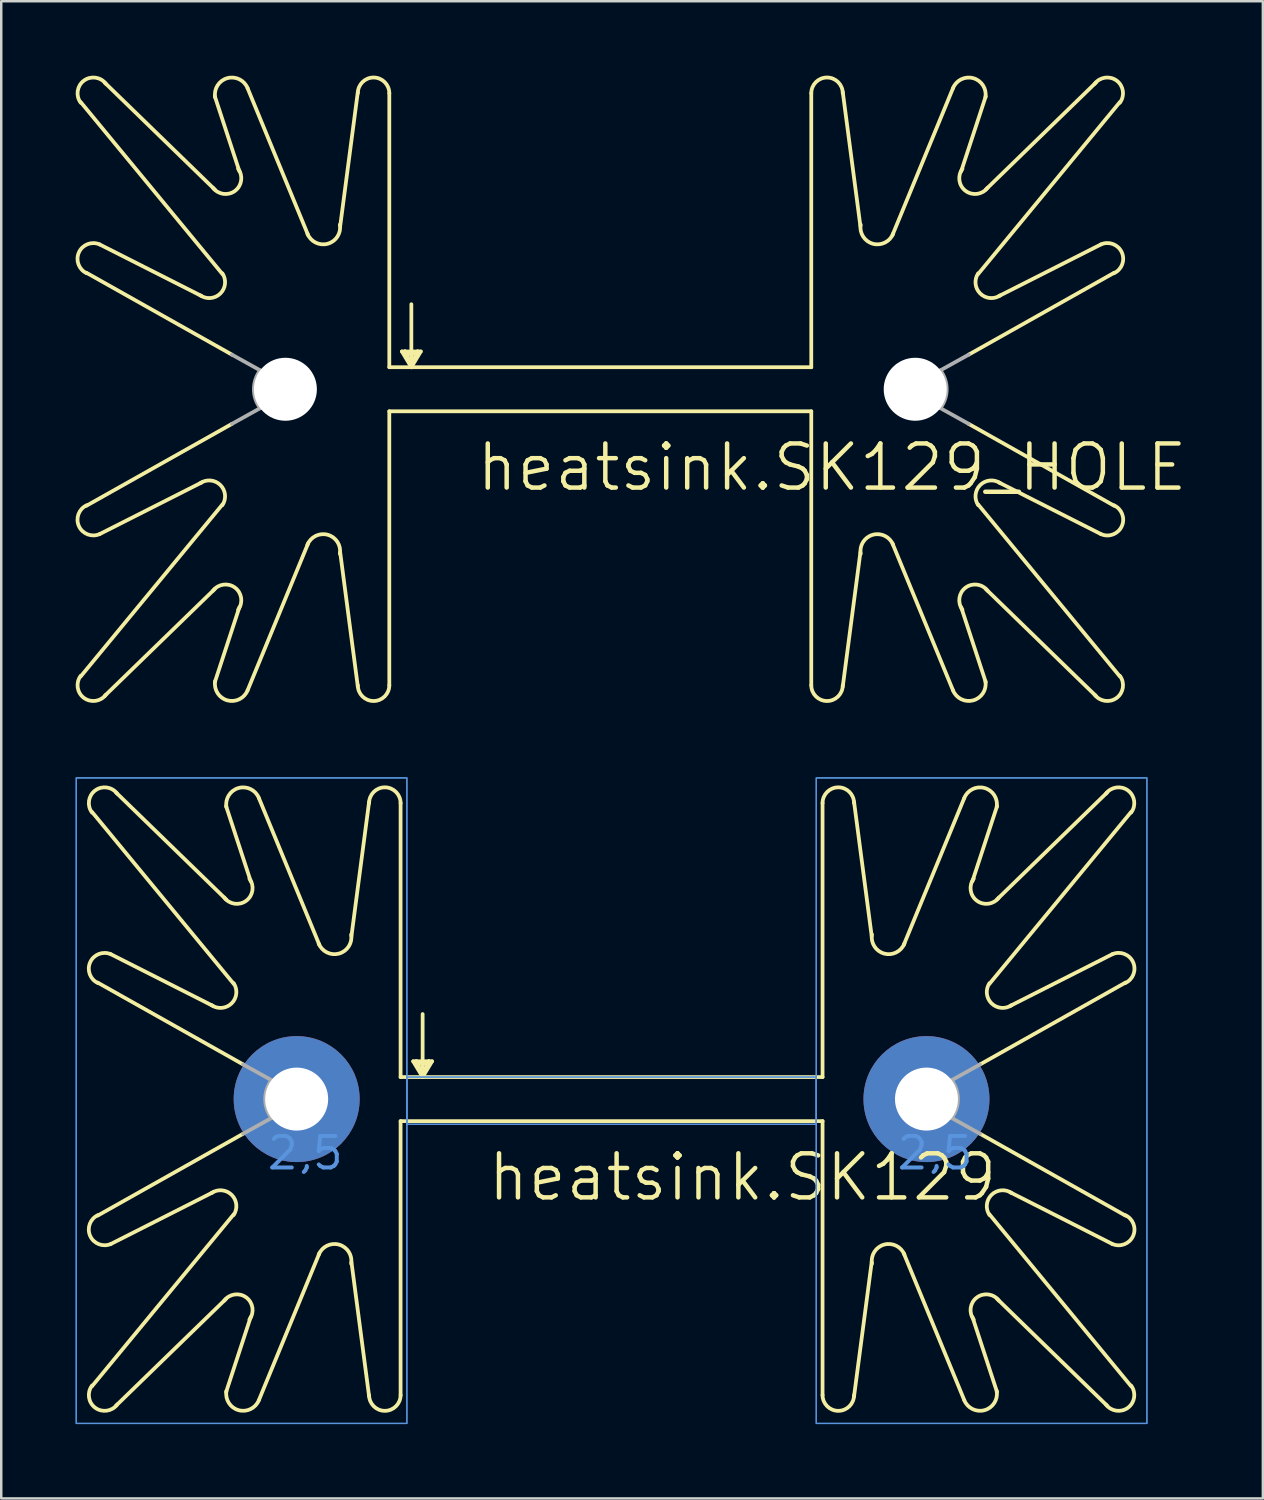
<source format=kicad_pcb>
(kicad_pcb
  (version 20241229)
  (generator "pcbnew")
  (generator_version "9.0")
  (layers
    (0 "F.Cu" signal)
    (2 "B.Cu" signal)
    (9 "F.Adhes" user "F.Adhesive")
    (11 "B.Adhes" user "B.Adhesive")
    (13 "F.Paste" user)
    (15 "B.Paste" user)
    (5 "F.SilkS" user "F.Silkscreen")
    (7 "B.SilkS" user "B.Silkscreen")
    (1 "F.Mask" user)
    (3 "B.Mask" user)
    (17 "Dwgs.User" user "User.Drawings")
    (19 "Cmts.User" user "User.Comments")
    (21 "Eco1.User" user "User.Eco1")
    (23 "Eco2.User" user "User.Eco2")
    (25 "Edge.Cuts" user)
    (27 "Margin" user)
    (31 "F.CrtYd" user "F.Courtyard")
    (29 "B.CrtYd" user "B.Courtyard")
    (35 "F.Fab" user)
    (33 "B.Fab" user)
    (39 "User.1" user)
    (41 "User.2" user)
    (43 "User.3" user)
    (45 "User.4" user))
  (footprint "heatsink.SK129_HOLE"
    (layer "F.Cu")
    (at 21.16 11.76)
    (property "Reference" "heatsink.SK129_HOLE" (at -5.08 5.08 0) (layer "F.SilkS") (effects (font (size 1.778 1.778) (thickness 0.18)) (justify left bottom)))
    (fp_line (start -16.078 -2.87) (end -20.193 -4.953) (stroke (width 0.152) (type default)) (layer "F.SilkS"))
    (fp_line (start -16.078 4.648) (end -20.193 6.731) (stroke (width 0.152) (type default)) (layer "F.SilkS"))
    (fp_line (start -15.545 -10.922) (end -14.554 -7.899) (stroke (width 0.152) (type default)) (layer "F.SilkS"))
    (fp_line (start -15.545 -7.163) (end -19.99 -11.481) (stroke (width 0.152) (type default)) (layer "F.SilkS"))
    (fp_line (start -15.545 8.941) (end -19.99 13.259) (stroke (width 0.152) (type default)) (layer "F.SilkS"))
    (fp_line (start -15.545 12.7) (end -14.554 9.677) (stroke (width 0.152) (type default)) (layer "F.SilkS"))
    (fp_line (start -15.24 -3.759) (end -20.955 -10.693) (stroke (width 0.152) (type default)) (layer "F.SilkS"))
    (fp_line (start -15.24 5.537) (end -20.955 12.471) (stroke (width 0.152) (type default)) (layer "F.SilkS"))
    (fp_line (start -14.859 -0.508) (end -20.726 -3.81) (stroke (width 0.152) (type default)) (layer "F.SilkS"))
    (fp_line (start -14.859 2.286) (end -20.726 5.588) (stroke (width 0.152) (type default)) (layer "F.SilkS"))
    (fp_line (start -11.786 -5.334) (end -14.224 -11.252) (stroke (width 0.152) (type default)) (layer "F.SilkS"))
    (fp_line (start -11.786 7.112) (end -14.224 13.03) (stroke (width 0.152) (type default)) (layer "F.SilkS"))
    (fp_line (start -10.49 -5.69) (end -9.779 -11.1) (stroke (width 0.152) (type default)) (layer "F.SilkS"))
    (fp_line (start -10.49 7.468) (end -9.779 12.878) (stroke (width 0.152) (type default)) (layer "F.SilkS"))
    (fp_line (start -8.509 -11.049) (end -8.509 0) (stroke (width 0.152) (type default)) (layer "F.SilkS"))
    (fp_line (start -8.509 0) (end -7.62 0) (stroke (width 0.152) (type default)) (layer "F.SilkS"))
    (fp_line (start -8.509 1.778) (end 8.509 1.778) (stroke (width 0.152) (type default)) (layer "F.SilkS"))
    (fp_line (start -8.509 12.827) (end -8.509 1.778) (stroke (width 0.152) (type default)) (layer "F.SilkS"))
    (fp_line (start -8.001 -0.635) (end -7.62 0) (stroke (width 0.152) (type default)) (layer "F.SilkS"))
    (fp_line (start -7.874 -0.635) (end -8.001 -0.635) (stroke (width 0.152) (type default)) (layer "F.SilkS"))
    (fp_line (start -7.874 -0.635) (end -7.62 -0.508) (stroke (width 0.152) (type default)) (layer "F.SilkS"))
    (fp_line (start -7.62 -2.54) (end -7.62 -0.508) (stroke (width 0.152) (type default)) (layer "F.SilkS"))
    (fp_line (start -7.62 -0.508) (end -7.62 -0.127) (stroke (width 0.152) (type default)) (layer "F.SilkS"))
    (fp_line (start -7.62 -0.508) (end -7.366 -0.635) (stroke (width 0.152) (type default)) (layer "F.SilkS"))
    (fp_line (start -7.62 -0.127) (end -7.874 -0.635) (stroke (width 0.152) (type default)) (layer "F.SilkS"))
    (fp_line (start -7.62 -0.127) (end -7.62 0) (stroke (width 0.152) (type default)) (layer "F.SilkS"))
    (fp_line (start -7.62 0) (end -7.239 -0.635) (stroke (width 0.152) (type default)) (layer "F.SilkS"))
    (fp_line (start -7.62 0) (end 8.509 0) (stroke (width 0.152) (type default)) (layer "F.SilkS"))
    (fp_line (start -7.366 -0.635) (end -7.874 -0.635) (stroke (width 0.152) (type default)) (layer "F.SilkS"))
    (fp_line (start -7.366 -0.635) (end -7.62 -0.127) (stroke (width 0.152) (type default)) (layer "F.SilkS"))
    (fp_line (start -7.239 -0.635) (end -7.366 -0.635) (stroke (width 0.152) (type default)) (layer "F.SilkS"))
    (fp_line (start 8.509 -11.049) (end 8.509 0) (stroke (width 0.152) (type default)) (layer "F.SilkS"))
    (fp_line (start 8.509 12.827) (end 8.509 1.778) (stroke (width 0.152) (type default)) (layer "F.SilkS"))
    (fp_line (start 10.49 -5.69) (end 9.779 -11.1) (stroke (width 0.152) (type default)) (layer "F.SilkS"))
    (fp_line (start 10.49 7.468) (end 9.779 12.878) (stroke (width 0.152) (type default)) (layer "F.SilkS"))
    (fp_line (start 11.786 -5.334) (end 14.224 -11.252) (stroke (width 0.152) (type default)) (layer "F.SilkS"))
    (fp_line (start 11.786 7.112) (end 14.224 13.03) (stroke (width 0.152) (type default)) (layer "F.SilkS"))
    (fp_line (start 14.859 -0.508) (end 20.726 -3.81) (stroke (width 0.152) (type default)) (layer "F.SilkS"))
    (fp_line (start 14.859 2.286) (end 20.726 5.588) (stroke (width 0.152) (type default)) (layer "F.SilkS"))
    (fp_line (start 15.24 -3.759) (end 20.955 -10.693) (stroke (width 0.152) (type default)) (layer "F.SilkS"))
    (fp_line (start 15.24 5.537) (end 20.955 12.471) (stroke (width 0.152) (type default)) (layer "F.SilkS"))
    (fp_line (start 15.545 -10.922) (end 14.554 -7.899) (stroke (width 0.152) (type default)) (layer "F.SilkS"))
    (fp_line (start 15.545 -7.163) (end 19.99 -11.481) (stroke (width 0.152) (type default)) (layer "F.SilkS"))
    (fp_line (start 15.545 8.941) (end 19.99 13.259) (stroke (width 0.152) (type default)) (layer "F.SilkS"))
    (fp_line (start 15.545 12.7) (end 14.554 9.677) (stroke (width 0.152) (type default)) (layer "F.SilkS"))
    (fp_line (start 16.078 -2.87) (end 20.193 -4.953) (stroke (width 0.152) (type default)) (layer "F.SilkS"))
    (fp_line (start 16.078 4.648) (end 20.193 6.731) (stroke (width 0.152) (type default)) (layer "F.SilkS"))
    (fp_arc (start -20.955 -10.668) (mid -20.828 -11.557) (end -19.939 -11.43) (stroke (width 0.1524) (type default)) (layer "F.SilkS"))
    (fp_arc (start -20.7106 -3.7889) (mid -21.02897 -4.627453) (end -20.1931 -4.9528) (stroke (width 0.1524) (type default)) (layer "F.SilkS"))
    (fp_arc (start -20.1931 6.7308) (mid -21.02897 6.405453) (end -20.7106 5.5669) (stroke (width 0.1524) (type default)) (layer "F.SilkS"))
    (fp_arc (start -19.939 13.208) (mid -20.828 13.335) (end -20.955 12.446) (stroke (width 0.1524) (type default)) (layer "F.SilkS"))
    (fp_arc (start -16.1345 4.6773) (mid -15.322507 4.751316) (end -15.2401 5.5625) (stroke (width 0.1524) (type default)) (layer "F.SilkS"))
    (fp_arc (start -15.621 9.017) (mid -14.732 8.89) (end -14.605 9.779) (stroke (width 0.1524) (type default)) (layer "F.SilkS"))
    (fp_arc (start -15.5336 -10.8858) (mid -15.043219 -11.657011) (end -14.2238 -11.2523) (stroke (width 0.1524) (type default)) (layer "F.SilkS"))
    (fp_arc (start -15.2399 -3.7847) (mid -15.322229 -2.973237) (end -16.1345 -2.8993) (stroke (width 0.1524) (type default)) (layer "F.SilkS"))
    (fp_arc (start -14.605 -8.001) (mid -14.732 -7.112) (end -15.621 -7.239) (stroke (width 0.1524) (type default)) (layer "F.SilkS"))
    (fp_arc (start -14.2238 13.0303) (mid -15.043219 13.435011) (end -15.5336 12.6638) (stroke (width 0.1524) (type default)) (layer "F.SilkS"))
    (fp_arc (start -11.811 7.1628) (mid -10.991716 6.758094) (end -10.5014 7.5292) (stroke (width 0.1524) (type default)) (layer "F.SilkS"))
    (fp_arc (start -10.5014 -5.7512) (mid -10.991716 -4.980094) (end -11.811 -5.3848) (stroke (width 0.1524) (type default)) (layer "F.SilkS"))
    (fp_arc (start -9.779 -11.049) (mid -9.144 -11.684) (end -8.509 -11.049) (stroke (width 0.1524) (type default)) (layer "F.SilkS"))
    (fp_arc (start -8.509 12.827) (mid -9.144 13.462) (end -9.779 12.827) (stroke (width 0.1524) (type default)) (layer "F.SilkS"))
    (fp_arc (start 8.509 -11.049) (mid 9.144 -11.684) (end 9.779 -11.049) (stroke (width 0.1524) (type default)) (layer "F.SilkS"))
    (fp_arc (start 9.779 12.827) (mid 9.144 13.462) (end 8.509 12.827) (stroke (width 0.1524) (type default)) (layer "F.SilkS"))
    (fp_arc (start 10.5014 7.5292) (mid 10.991716 6.758094) (end 11.811 7.1628) (stroke (width 0.1524) (type default)) (layer "F.SilkS"))
    (fp_arc (start 11.811 -5.3848) (mid 10.991716 -4.980094) (end 10.5014 -5.7512) (stroke (width 0.1524) (type default)) (layer "F.SilkS"))
    (fp_arc (start 14.224 -11.2522) (mid 15.043182 -11.656806) (end 15.5334 -10.8858) (stroke (width 0.1524) (type default)) (layer "F.SilkS"))
    (fp_arc (start 14.605 9.779) (mid 14.732 8.89) (end 15.621 9.017) (stroke (width 0.1524) (type default)) (layer "F.SilkS"))
    (fp_arc (start 15.24 5.5626) (mid 15.322327 4.751335) (end 16.1344 4.6774) (stroke (width 0.1524) (type default)) (layer "F.SilkS"))
    (fp_arc (start 15.5334 12.6638) (mid 15.043182 13.434806) (end 14.224 13.0302) (stroke (width 0.1524) (type default)) (layer "F.SilkS"))
    (fp_arc (start 15.621 -7.239) (mid 14.732 -7.112) (end 14.605 -8.001) (stroke (width 0.1524) (type default)) (layer "F.SilkS"))
    (fp_arc (start 16.1346 -2.8992) (mid 15.322409 -2.973218) (end 15.24 -3.7846) (stroke (width 0.1524) (type default)) (layer "F.SilkS"))
    (fp_arc (start 19.939 -11.43) (mid 20.828 -11.557) (end 20.955 -10.668) (stroke (width 0.1524) (type default)) (layer "F.SilkS"))
    (fp_arc (start 20.193 -4.953) (mid 21.02917 -4.627552) (end 20.7107 -3.7887) (stroke (width 0.1524) (type default)) (layer "F.SilkS"))
    (fp_arc (start 20.7107 5.5667) (mid 21.02917 6.405552) (end 20.193 6.731) (stroke (width 0.1524) (type default)) (layer "F.SilkS"))
    (fp_arc (start 20.955 12.446) (mid 20.828 13.335) (end 19.939 13.208) (stroke (width 0.1524) (type default)) (layer "F.SilkS"))
    (fp_line (start -13.716 0.127) (end -14.859 -0.508) (stroke (width 0.152) (type default)) (layer "F.Fab"))
    (fp_line (start -13.716 1.651) (end -14.859 2.286) (stroke (width 0.152) (type default)) (layer "F.Fab"))
    (fp_line (start 13.716 0.127) (end 14.859 -0.508) (stroke (width 0.152) (type default)) (layer "F.Fab"))
    (fp_line (start 13.716 1.651) (end 14.859 2.286) (stroke (width 0.152) (type default)) (layer "F.Fab"))
    (fp_arc (start -13.716 1.651) (mid -13.97 0.889) (end -13.716 0.127) (stroke (width 0.1524) (type default)) (layer "F.Fab"))
    (fp_arc (start 13.716 0.127) (mid 13.97 0.889) (end 13.716 1.651) (stroke (width 0.1524) (type default)) (layer "F.Fab"))
    (pad "" np_thru_hole circle (at -12.7 0.889) (size 2.54 2.54) (drill 2.54) (layers "*.Cu" "*.Mask"))
    (pad "" np_thru_hole circle (at 12.7 0.889) (size 2.54 2.54) (drill 2.54) (layers "*.Cu" "*.Mask")))
  (footprint "heatsink.SK129"
    (layer "F.Cu")
    (at 21.615 40.388)
    (property "Reference" "heatsink.SK129" (at -5.08 5.08 0) (layer "F.SilkS") (effects (font (size 1.778 1.778) (thickness 0.18)) (justify left bottom)))
    (attr through_hole)
    (fp_line (start -16.078 -2.87) (end -20.193 -4.953) (stroke (width 0.152) (type default)) (layer "F.SilkS"))
    (fp_line (start -16.078 4.648) (end -20.193 6.731) (stroke (width 0.152) (type default)) (layer "F.SilkS"))
    (fp_line (start -15.545 -10.922) (end -14.554 -7.899) (stroke (width 0.152) (type default)) (layer "F.SilkS"))
    (fp_line (start -15.545 -7.163) (end -19.99 -11.481) (stroke (width 0.152) (type default)) (layer "F.SilkS"))
    (fp_line (start -15.545 8.941) (end -19.99 13.259) (stroke (width 0.152) (type default)) (layer "F.SilkS"))
    (fp_line (start -15.545 12.7) (end -14.554 9.677) (stroke (width 0.152) (type default)) (layer "F.SilkS"))
    (fp_line (start -15.24 -3.759) (end -20.955 -10.693) (stroke (width 0.152) (type default)) (layer "F.SilkS"))
    (fp_line (start -15.24 5.537) (end -20.955 12.471) (stroke (width 0.152) (type default)) (layer "F.SilkS"))
    (fp_line (start -14.859 -0.508) (end -20.726 -3.81) (stroke (width 0.152) (type default)) (layer "F.SilkS"))
    (fp_line (start -14.859 2.286) (end -20.726 5.588) (stroke (width 0.152) (type default)) (layer "F.SilkS"))
    (fp_line (start -11.786 -5.334) (end -14.224 -11.252) (stroke (width 0.152) (type default)) (layer "F.SilkS"))
    (fp_line (start -11.786 7.112) (end -14.224 13.03) (stroke (width 0.152) (type default)) (layer "F.SilkS"))
    (fp_line (start -10.49 -5.69) (end -9.779 -11.1) (stroke (width 0.152) (type default)) (layer "F.SilkS"))
    (fp_line (start -10.49 7.468) (end -9.779 12.878) (stroke (width 0.152) (type default)) (layer "F.SilkS"))
    (fp_line (start -8.509 -11.049) (end -8.509 0) (stroke (width 0.152) (type default)) (layer "F.SilkS"))
    (fp_line (start -8.509 0) (end -7.62 0) (stroke (width 0.152) (type default)) (layer "F.SilkS"))
    (fp_line (start -8.509 1.778) (end 8.509 1.778) (stroke (width 0.152) (type default)) (layer "F.SilkS"))
    (fp_line (start -8.509 12.827) (end -8.509 1.778) (stroke (width 0.152) (type default)) (layer "F.SilkS"))
    (fp_line (start -8.001 -0.635) (end -7.62 0) (stroke (width 0.152) (type default)) (layer "F.SilkS"))
    (fp_line (start -7.874 -0.635) (end -8.001 -0.635) (stroke (width 0.152) (type default)) (layer "F.SilkS"))
    (fp_line (start -7.874 -0.635) (end -7.62 -0.508) (stroke (width 0.152) (type default)) (layer "F.SilkS"))
    (fp_line (start -7.62 -2.54) (end -7.62 -0.508) (stroke (width 0.152) (type default)) (layer "F.SilkS"))
    (fp_line (start -7.62 -0.508) (end -7.62 -0.127) (stroke (width 0.152) (type default)) (layer "F.SilkS"))
    (fp_line (start -7.62 -0.508) (end -7.366 -0.635) (stroke (width 0.152) (type default)) (layer "F.SilkS"))
    (fp_line (start -7.62 -0.127) (end -7.874 -0.635) (stroke (width 0.152) (type default)) (layer "F.SilkS"))
    (fp_line (start -7.62 -0.127) (end -7.62 0) (stroke (width 0.152) (type default)) (layer "F.SilkS"))
    (fp_line (start -7.62 0) (end -7.239 -0.635) (stroke (width 0.152) (type default)) (layer "F.SilkS"))
    (fp_line (start -7.62 0) (end 8.509 0) (stroke (width 0.152) (type default)) (layer "F.SilkS"))
    (fp_line (start -7.366 -0.635) (end -7.874 -0.635) (stroke (width 0.152) (type default)) (layer "F.SilkS"))
    (fp_line (start -7.366 -0.635) (end -7.62 -0.127) (stroke (width 0.152) (type default)) (layer "F.SilkS"))
    (fp_line (start -7.239 -0.635) (end -7.366 -0.635) (stroke (width 0.152) (type default)) (layer "F.SilkS"))
    (fp_line (start 8.509 -11.049) (end 8.509 0) (stroke (width 0.152) (type default)) (layer "F.SilkS"))
    (fp_line (start 8.509 12.827) (end 8.509 1.778) (stroke (width 0.152) (type default)) (layer "F.SilkS"))
    (fp_line (start 10.49 -5.69) (end 9.779 -11.1) (stroke (width 0.152) (type default)) (layer "F.SilkS"))
    (fp_line (start 10.49 7.468) (end 9.779 12.878) (stroke (width 0.152) (type default)) (layer "F.SilkS"))
    (fp_line (start 11.786 -5.334) (end 14.224 -11.252) (stroke (width 0.152) (type default)) (layer "F.SilkS"))
    (fp_line (start 11.786 7.112) (end 14.224 13.03) (stroke (width 0.152) (type default)) (layer "F.SilkS"))
    (fp_line (start 14.859 -0.508) (end 20.726 -3.81) (stroke (width 0.152) (type default)) (layer "F.SilkS"))
    (fp_line (start 14.859 2.286) (end 20.726 5.588) (stroke (width 0.152) (type default)) (layer "F.SilkS"))
    (fp_line (start 15.24 -3.759) (end 20.955 -10.693) (stroke (width 0.152) (type default)) (layer "F.SilkS"))
    (fp_line (start 15.24 5.537) (end 20.955 12.471) (stroke (width 0.152) (type default)) (layer "F.SilkS"))
    (fp_line (start 15.545 -10.922) (end 14.554 -7.899) (stroke (width 0.152) (type default)) (layer "F.SilkS"))
    (fp_line (start 15.545 -7.163) (end 19.99 -11.481) (stroke (width 0.152) (type default)) (layer "F.SilkS"))
    (fp_line (start 15.545 8.941) (end 19.99 13.259) (stroke (width 0.152) (type default)) (layer "F.SilkS"))
    (fp_line (start 15.545 12.7) (end 14.554 9.677) (stroke (width 0.152) (type default)) (layer "F.SilkS"))
    (fp_line (start 16.078 -2.87) (end 20.193 -4.953) (stroke (width 0.152) (type default)) (layer "F.SilkS"))
    (fp_line (start 16.078 4.648) (end 20.193 6.731) (stroke (width 0.152) (type default)) (layer "F.SilkS"))
    (fp_arc (start -20.955 -10.668) (mid -20.828 -11.557) (end -19.939 -11.43) (stroke (width 0.1524) (type default)) (layer "F.SilkS"))
    (fp_arc (start -20.7106 -3.7889) (mid -21.02897 -4.627453) (end -20.1931 -4.9528) (stroke (width 0.1524) (type default)) (layer "F.SilkS"))
    (fp_arc (start -20.1931 6.7308) (mid -21.02897 6.405453) (end -20.7106 5.5669) (stroke (width 0.1524) (type default)) (layer "F.SilkS"))
    (fp_arc (start -19.939 13.208) (mid -20.828 13.335) (end -20.955 12.446) (stroke (width 0.1524) (type default)) (layer "F.SilkS"))
    (fp_arc (start -16.1345 4.6773) (mid -15.322587 4.751397) (end -15.2401 5.5625) (stroke (width 0.1524) (type default)) (layer "F.SilkS"))
    (fp_arc (start -15.621 9.017) (mid -14.732 8.89) (end -14.605 9.779) (stroke (width 0.1524) (type default)) (layer "F.SilkS"))
    (fp_arc (start -15.5336 -10.8858) (mid -15.043194 -11.656921) (end -14.2238 -11.2523) (stroke (width 0.1524) (type default)) (layer "F.SilkS"))
    (fp_arc (start -15.2399 -3.7847) (mid -15.322309 -2.973318) (end -16.1345 -2.8993) (stroke (width 0.1524) (type default)) (layer "F.SilkS"))
    (fp_arc (start -14.605 -8.001) (mid -14.732 -7.112) (end -15.621 -7.239) (stroke (width 0.1524) (type default)) (layer "F.SilkS"))
    (fp_arc (start -14.2238 13.0303) (mid -15.043194 13.434921) (end -15.5336 12.6638) (stroke (width 0.1524) (type default)) (layer "F.SilkS"))
    (fp_arc (start -11.811 7.1628) (mid -10.991741 6.758184) (end -10.5014 7.5292) (stroke (width 0.1524) (type default)) (layer "F.SilkS"))
    (fp_arc (start -10.5014 -5.7512) (mid -10.991741 -4.980184) (end -11.811 -5.3848) (stroke (width 0.1524) (type default)) (layer "F.SilkS"))
    (fp_arc (start -9.779 -11.049) (mid -9.144 -11.684) (end -8.509 -11.049) (stroke (width 0.1524) (type default)) (layer "F.SilkS"))
    (fp_arc (start -8.509 12.827) (mid -9.144 13.462) (end -9.779 12.827) (stroke (width 0.1524) (type default)) (layer "F.SilkS"))
    (fp_arc (start 8.509 -11.049) (mid 9.144 -11.684) (end 9.779 -11.049) (stroke (width 0.1524) (type default)) (layer "F.SilkS"))
    (fp_arc (start 9.779 12.827) (mid 9.144 13.462) (end 8.509 12.827) (stroke (width 0.1524) (type default)) (layer "F.SilkS"))
    (fp_arc (start 10.5014 7.5292) (mid 10.991741 6.758184) (end 11.811 7.1628) (stroke (width 0.1524) (type default)) (layer "F.SilkS"))
    (fp_arc (start 11.811 -5.3848) (mid 10.991741 -4.980184) (end 10.5014 -5.7512) (stroke (width 0.1524) (type default)) (layer "F.SilkS"))
    (fp_arc (start 14.224 -11.2522) (mid 15.043157 -11.656717) (end 15.5334 -10.8858) (stroke (width 0.1524) (type default)) (layer "F.SilkS"))
    (fp_arc (start 14.605 9.779) (mid 14.732 8.89) (end 15.621 9.017) (stroke (width 0.1524) (type default)) (layer "F.SilkS"))
    (fp_arc (start 15.24 5.5626) (mid 15.322407 4.751416) (end 16.1344 4.6774) (stroke (width 0.1524) (type default)) (layer "F.SilkS"))
    (fp_arc (start 15.5334 12.6638) (mid 15.043157 13.434717) (end 14.224 13.0302) (stroke (width 0.1524) (type default)) (layer "F.SilkS"))
    (fp_arc (start 15.621 -7.239) (mid 14.732 -7.112) (end 14.605 -8.001) (stroke (width 0.1524) (type default)) (layer "F.SilkS"))
    (fp_arc (start 16.1346 -2.8992) (mid 15.322489 -2.973299) (end 15.24 -3.7846) (stroke (width 0.1524) (type default)) (layer "F.SilkS"))
    (fp_arc (start 19.939 -11.43) (mid 20.828 -11.557) (end 20.955 -10.668) (stroke (width 0.1524) (type default)) (layer "F.SilkS"))
    (fp_arc (start 20.193 -4.953) (mid 21.02917 -4.627552) (end 20.7107 -3.7887) (stroke (width 0.1524) (type default)) (layer "F.SilkS"))
    (fp_arc (start 20.7107 5.5667) (mid 21.02917 6.405552) (end 20.193 6.731) (stroke (width 0.1524) (type default)) (layer "F.SilkS"))
    (fp_arc (start 20.955 12.446) (mid 20.828 13.335) (end 19.939 13.208) (stroke (width 0.1524) (type default)) (layer "F.SilkS"))
    (fp_rect (start -21.59 13.97) (end -8.255 -12.065) (stroke (width 0.05) (type default)) (fill no) (layer "Cmts.User"))
    (fp_rect (start -21.59 13.97) (end -8.255 -12.065) (stroke (width 0.05) (type default)) (fill no) (layer "Cmts.User"))
    (fp_rect (start -8.255 1.905) (end 8.255 0) (stroke (width 0.05) (type default)) (fill no) (layer "Cmts.User"))
    (fp_rect (start -8.255 1.905) (end 8.255 0) (stroke (width 0.05) (type default)) (fill no) (layer "Cmts.User"))
    (fp_rect (start 8.255 13.97) (end 21.59 -12.065) (stroke (width 0.05) (type default)) (fill no) (layer "Cmts.User"))
    (fp_rect (start 8.255 13.97) (end 21.59 -12.065) (stroke (width 0.05) (type default)) (fill no) (layer "Cmts.User"))
    (fp_line (start -13.716 0.127) (end -14.859 -0.508) (stroke (width 0.152) (type default)) (layer "F.Fab"))
    (fp_line (start -13.716 1.651) (end -14.859 2.286) (stroke (width 0.152) (type default)) (layer "F.Fab"))
    (fp_line (start 13.716 0.127) (end 14.859 -0.508) (stroke (width 0.152) (type default)) (layer "F.Fab"))
    (fp_line (start 13.716 1.651) (end 14.859 2.286) (stroke (width 0.152) (type default)) (layer "F.Fab"))
    (fp_arc (start -13.716 1.651) (mid -13.97 0.889) (end -13.716 0.127) (stroke (width 0.1524) (type default)) (layer "F.Fab"))
    (fp_arc (start 13.716 0.127) (mid 13.97 0.889) (end 13.716 1.651) (stroke (width 0.1524) (type default)) (layer "F.Fab"))
    (fp_text user "2,5 " (at -13.97 3.81 0) (layer "Cmts.User") (effects (font (size 1.27 1.27) (thickness 0.16)) (justify left bottom)))
    (fp_text user "2,5" (at 11.43 3.81 0) (layer "Cmts.User") (effects (font (size 1.27 1.27) (thickness 0.16)) (justify left bottom)))
    (pad "A2,5" thru_hole circle (at -12.7 0.889) (size 5.08 5.08) (drill 2.54) (layers "*.Cu" "*.Mask"))
    (pad "B2,5" thru_hole circle (at 12.7 0.889) (size 5.08 5.08) (drill 2.54) (layers "*.Cu" "*.Mask")))
  (gr_rect
    (start -3 -3)
    (end 47.882 57.383)
    (stroke (width 0.1) (type default))
    (fill no)
    (layer "Edge.Cuts")))
</source>
